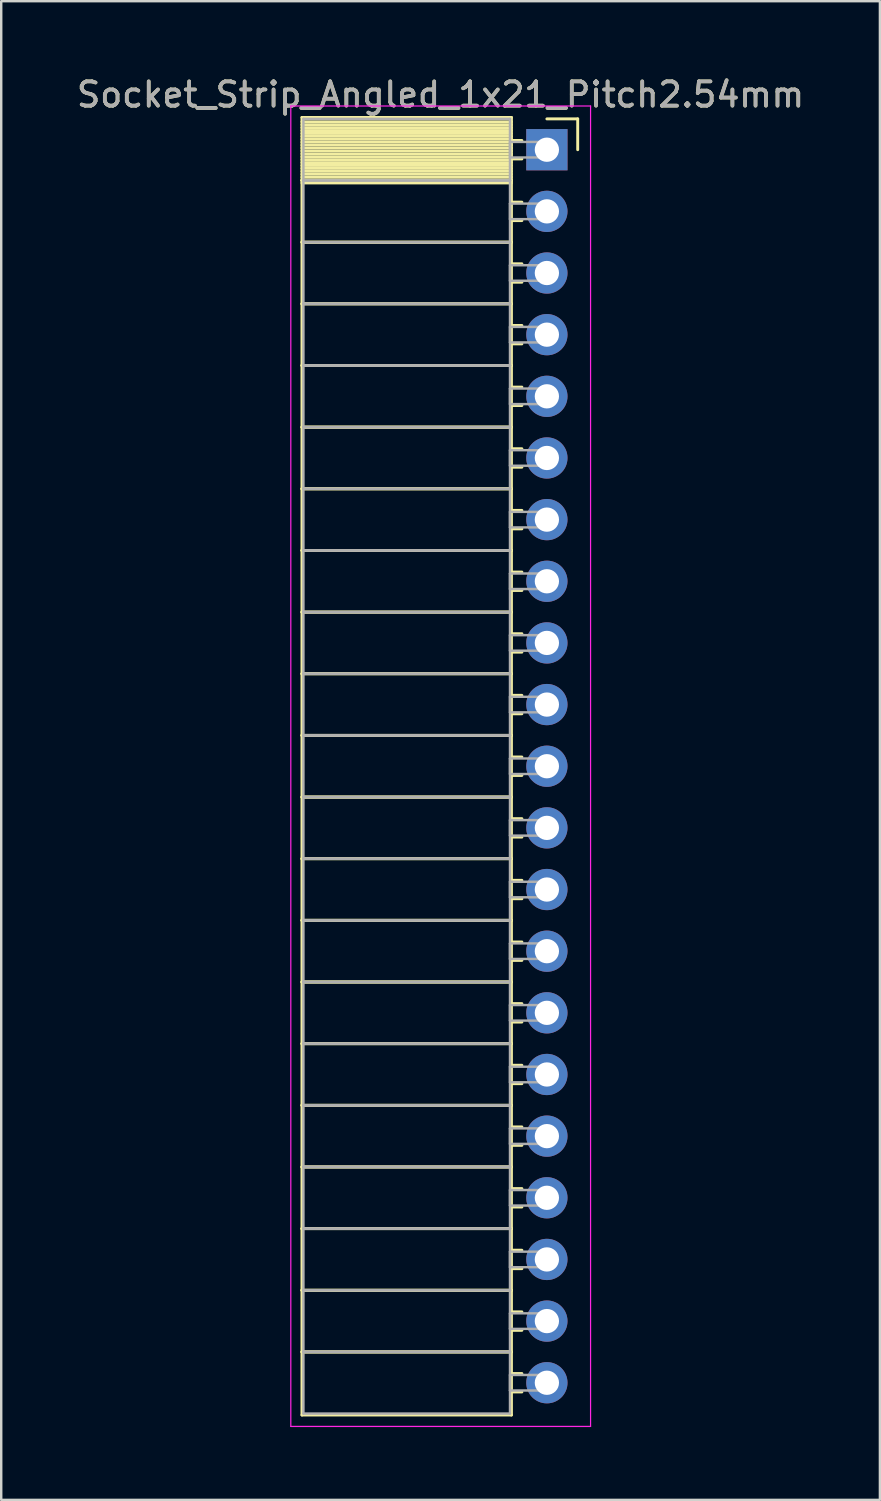
<source format=kicad_pcb>
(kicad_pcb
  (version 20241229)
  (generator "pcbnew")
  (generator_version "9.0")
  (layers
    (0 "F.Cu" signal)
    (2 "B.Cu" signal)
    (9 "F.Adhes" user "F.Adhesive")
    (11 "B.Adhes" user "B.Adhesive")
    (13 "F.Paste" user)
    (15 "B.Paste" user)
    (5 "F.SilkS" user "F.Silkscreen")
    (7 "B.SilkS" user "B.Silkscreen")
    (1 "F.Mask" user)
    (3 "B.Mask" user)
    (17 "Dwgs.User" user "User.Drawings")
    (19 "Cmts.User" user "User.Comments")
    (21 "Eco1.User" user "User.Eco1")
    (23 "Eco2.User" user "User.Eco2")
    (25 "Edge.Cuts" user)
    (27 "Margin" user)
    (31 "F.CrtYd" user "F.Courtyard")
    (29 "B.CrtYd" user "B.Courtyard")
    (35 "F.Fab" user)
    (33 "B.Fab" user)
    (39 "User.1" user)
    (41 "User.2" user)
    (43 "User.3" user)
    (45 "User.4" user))
  (footprint "Socket_Strip_Angled_1x21_Pitch2.54mm"
    (layer "F.Cu")
    (at 19.481 3.118)
    (property "Reference" "Socket_Strip_Angled_1x21_Pitch2.54mm" (at -4.38 -2.27 0) (layer "F.SilkS") (effects (font (size 1 1) (thickness 0.15))))
    (attr through_hole)
    (fp_line (start -10.09 -1.33) (end -1.46 -1.33) (stroke (width 0.12) (type solid)) (layer "F.SilkS"))
    (fp_line (start -10.09 1.27) (end -10.09 -1.33) (stroke (width 0.12) (type solid)) (layer "F.SilkS"))
    (fp_line (start -10.09 1.27) (end -1.46 1.27) (stroke (width 0.12) (type solid)) (layer "F.SilkS"))
    (fp_line (start -10.09 3.81) (end -10.09 1.27) (stroke (width 0.12) (type solid)) (layer "F.SilkS"))
    (fp_line (start -10.09 3.81) (end -1.46 3.81) (stroke (width 0.12) (type solid)) (layer "F.SilkS"))
    (fp_line (start -10.09 6.35) (end -10.09 3.81) (stroke (width 0.12) (type solid)) (layer "F.SilkS"))
    (fp_line (start -10.09 6.35) (end -1.46 6.35) (stroke (width 0.12) (type solid)) (layer "F.SilkS"))
    (fp_line (start -10.09 8.89) (end -10.09 6.35) (stroke (width 0.12) (type solid)) (layer "F.SilkS"))
    (fp_line (start -10.09 8.89) (end -1.46 8.89) (stroke (width 0.12) (type solid)) (layer "F.SilkS"))
    (fp_line (start -10.09 11.43) (end -10.09 8.89) (stroke (width 0.12) (type solid)) (layer "F.SilkS"))
    (fp_line (start -10.09 11.43) (end -1.46 11.43) (stroke (width 0.12) (type solid)) (layer "F.SilkS"))
    (fp_line (start -10.09 13.97) (end -10.09 11.43) (stroke (width 0.12) (type solid)) (layer "F.SilkS"))
    (fp_line (start -10.09 13.97) (end -1.46 13.97) (stroke (width 0.12) (type solid)) (layer "F.SilkS"))
    (fp_line (start -10.09 16.51) (end -10.09 13.97) (stroke (width 0.12) (type solid)) (layer "F.SilkS"))
    (fp_line (start -10.09 16.51) (end -1.46 16.51) (stroke (width 0.12) (type solid)) (layer "F.SilkS"))
    (fp_line (start -10.09 19.05) (end -10.09 16.51) (stroke (width 0.12) (type solid)) (layer "F.SilkS"))
    (fp_line (start -10.09 19.05) (end -1.46 19.05) (stroke (width 0.12) (type solid)) (layer "F.SilkS"))
    (fp_line (start -10.09 21.59) (end -10.09 19.05) (stroke (width 0.12) (type solid)) (layer "F.SilkS"))
    (fp_line (start -10.09 21.59) (end -1.46 21.59) (stroke (width 0.12) (type solid)) (layer "F.SilkS"))
    (fp_line (start -10.09 24.13) (end -10.09 21.59) (stroke (width 0.12) (type solid)) (layer "F.SilkS"))
    (fp_line (start -10.09 24.13) (end -1.46 24.13) (stroke (width 0.12) (type solid)) (layer "F.SilkS"))
    (fp_line (start -10.09 26.67) (end -10.09 24.13) (stroke (width 0.12) (type solid)) (layer "F.SilkS"))
    (fp_line (start -10.09 26.67) (end -1.46 26.67) (stroke (width 0.12) (type solid)) (layer "F.SilkS"))
    (fp_line (start -10.09 29.21) (end -10.09 26.67) (stroke (width 0.12) (type solid)) (layer "F.SilkS"))
    (fp_line (start -10.09 29.21) (end -1.46 29.21) (stroke (width 0.12) (type solid)) (layer "F.SilkS"))
    (fp_line (start -10.09 31.75) (end -10.09 29.21) (stroke (width 0.12) (type solid)) (layer "F.SilkS"))
    (fp_line (start -10.09 31.75) (end -1.46 31.75) (stroke (width 0.12) (type solid)) (layer "F.SilkS"))
    (fp_line (start -10.09 34.29) (end -10.09 31.75) (stroke (width 0.12) (type solid)) (layer "F.SilkS"))
    (fp_line (start -10.09 34.29) (end -1.46 34.29) (stroke (width 0.12) (type solid)) (layer "F.SilkS"))
    (fp_line (start -10.09 36.83) (end -10.09 34.29) (stroke (width 0.12) (type solid)) (layer "F.SilkS"))
    (fp_line (start -10.09 36.83) (end -1.46 36.83) (stroke (width 0.12) (type solid)) (layer "F.SilkS"))
    (fp_line (start -10.09 39.37) (end -10.09 36.83) (stroke (width 0.12) (type solid)) (layer "F.SilkS"))
    (fp_line (start -10.09 39.37) (end -1.46 39.37) (stroke (width 0.12) (type solid)) (layer "F.SilkS"))
    (fp_line (start -10.09 41.91) (end -10.09 39.37) (stroke (width 0.12) (type solid)) (layer "F.SilkS"))
    (fp_line (start -10.09 41.91) (end -1.46 41.91) (stroke (width 0.12) (type solid)) (layer "F.SilkS"))
    (fp_line (start -10.09 44.45) (end -10.09 41.91) (stroke (width 0.12) (type solid)) (layer "F.SilkS"))
    (fp_line (start -10.09 44.45) (end -1.46 44.45) (stroke (width 0.12) (type solid)) (layer "F.SilkS"))
    (fp_line (start -10.09 46.99) (end -10.09 44.45) (stroke (width 0.12) (type solid)) (layer "F.SilkS"))
    (fp_line (start -10.09 46.99) (end -1.46 46.99) (stroke (width 0.12) (type solid)) (layer "F.SilkS"))
    (fp_line (start -10.09 49.53) (end -10.09 46.99) (stroke (width 0.12) (type solid)) (layer "F.SilkS"))
    (fp_line (start -10.09 49.53) (end -1.46 49.53) (stroke (width 0.12) (type solid)) (layer "F.SilkS"))
    (fp_line (start -10.09 52.13) (end -10.09 49.53) (stroke (width 0.12) (type solid)) (layer "F.SilkS"))
    (fp_line (start -1.46 -1.33) (end -1.46 1.27) (stroke (width 0.12) (type solid)) (layer "F.SilkS"))
    (fp_line (start -1.46 -1.15) (end -10.09 -1.15) (stroke (width 0.12) (type solid)) (layer "F.SilkS"))
    (fp_line (start -1.46 -1.03) (end -10.09 -1.03) (stroke (width 0.12) (type solid)) (layer "F.SilkS"))
    (fp_line (start -1.46 -0.91) (end -10.09 -0.91) (stroke (width 0.12) (type solid)) (layer "F.SilkS"))
    (fp_line (start -1.46 -0.79) (end -10.09 -0.79) (stroke (width 0.12) (type solid)) (layer "F.SilkS"))
    (fp_line (start -1.46 -0.67) (end -10.09 -0.67) (stroke (width 0.12) (type solid)) (layer "F.SilkS"))
    (fp_line (start -1.46 -0.55) (end -10.09 -0.55) (stroke (width 0.12) (type solid)) (layer "F.SilkS"))
    (fp_line (start -1.46 -0.43) (end -10.09 -0.43) (stroke (width 0.12) (type solid)) (layer "F.SilkS"))
    (fp_line (start -1.46 -0.31) (end -10.09 -0.31) (stroke (width 0.12) (type solid)) (layer "F.SilkS"))
    (fp_line (start -1.46 -0.19) (end -10.09 -0.19) (stroke (width 0.12) (type solid)) (layer "F.SilkS"))
    (fp_line (start -1.46 -0.07) (end -10.09 -0.07) (stroke (width 0.12) (type solid)) (layer "F.SilkS"))
    (fp_line (start -1.46 0.05) (end -10.09 0.05) (stroke (width 0.12) (type solid)) (layer "F.SilkS"))
    (fp_line (start -1.46 0.17) (end -10.09 0.17) (stroke (width 0.12) (type solid)) (layer "F.SilkS"))
    (fp_line (start -1.46 0.29) (end -10.09 0.29) (stroke (width 0.12) (type solid)) (layer "F.SilkS"))
    (fp_line (start -1.46 0.41) (end -10.09 0.41) (stroke (width 0.12) (type solid)) (layer "F.SilkS"))
    (fp_line (start -1.46 0.53) (end -10.09 0.53) (stroke (width 0.12) (type solid)) (layer "F.SilkS"))
    (fp_line (start -1.46 0.65) (end -10.09 0.65) (stroke (width 0.12) (type solid)) (layer "F.SilkS"))
    (fp_line (start -1.46 0.77) (end -10.09 0.77) (stroke (width 0.12) (type solid)) (layer "F.SilkS"))
    (fp_line (start -1.46 0.89) (end -10.09 0.89) (stroke (width 0.12) (type solid)) (layer "F.SilkS"))
    (fp_line (start -1.46 1.01) (end -10.09 1.01) (stroke (width 0.12) (type solid)) (layer "F.SilkS"))
    (fp_line (start -1.46 1.13) (end -10.09 1.13) (stroke (width 0.12) (type solid)) (layer "F.SilkS"))
    (fp_line (start -1.46 1.25) (end -10.09 1.25) (stroke (width 0.12) (type solid)) (layer "F.SilkS"))
    (fp_line (start -1.46 1.27) (end -10.09 1.27) (stroke (width 0.12) (type solid)) (layer "F.SilkS"))
    (fp_line (start -1.46 1.27) (end -1.46 3.81) (stroke (width 0.12) (type solid)) (layer "F.SilkS"))
    (fp_line (start -1.46 1.37) (end -10.09 1.37) (stroke (width 0.12) (type solid)) (layer "F.SilkS"))
    (fp_line (start -1.46 3.81) (end -10.09 3.81) (stroke (width 0.12) (type solid)) (layer "F.SilkS"))
    (fp_line (start -1.46 3.81) (end -1.46 6.35) (stroke (width 0.12) (type solid)) (layer "F.SilkS"))
    (fp_line (start -1.46 6.35) (end -10.09 6.35) (stroke (width 0.12) (type solid)) (layer "F.SilkS"))
    (fp_line (start -1.46 6.35) (end -1.46 8.89) (stroke (width 0.12) (type solid)) (layer "F.SilkS"))
    (fp_line (start -1.46 8.89) (end -10.09 8.89) (stroke (width 0.12) (type solid)) (layer "F.SilkS"))
    (fp_line (start -1.46 8.89) (end -1.46 11.43) (stroke (width 0.12) (type solid)) (layer "F.SilkS"))
    (fp_line (start -1.46 11.43) (end -10.09 11.43) (stroke (width 0.12) (type solid)) (layer "F.SilkS"))
    (fp_line (start -1.46 11.43) (end -1.46 13.97) (stroke (width 0.12) (type solid)) (layer "F.SilkS"))
    (fp_line (start -1.46 13.97) (end -10.09 13.97) (stroke (width 0.12) (type solid)) (layer "F.SilkS"))
    (fp_line (start -1.46 13.97) (end -1.46 16.51) (stroke (width 0.12) (type solid)) (layer "F.SilkS"))
    (fp_line (start -1.46 16.51) (end -10.09 16.51) (stroke (width 0.12) (type solid)) (layer "F.SilkS"))
    (fp_line (start -1.46 16.51) (end -1.46 19.05) (stroke (width 0.12) (type solid)) (layer "F.SilkS"))
    (fp_line (start -1.46 19.05) (end -10.09 19.05) (stroke (width 0.12) (type solid)) (layer "F.SilkS"))
    (fp_line (start -1.46 19.05) (end -1.46 21.59) (stroke (width 0.12) (type solid)) (layer "F.SilkS"))
    (fp_line (start -1.46 21.59) (end -10.09 21.59) (stroke (width 0.12) (type solid)) (layer "F.SilkS"))
    (fp_line (start -1.46 21.59) (end -1.46 24.13) (stroke (width 0.12) (type solid)) (layer "F.SilkS"))
    (fp_line (start -1.46 24.13) (end -10.09 24.13) (stroke (width 0.12) (type solid)) (layer "F.SilkS"))
    (fp_line (start -1.46 24.13) (end -1.46 26.67) (stroke (width 0.12) (type solid)) (layer "F.SilkS"))
    (fp_line (start -1.46 26.67) (end -10.09 26.67) (stroke (width 0.12) (type solid)) (layer "F.SilkS"))
    (fp_line (start -1.46 26.67) (end -1.46 29.21) (stroke (width 0.12) (type solid)) (layer "F.SilkS"))
    (fp_line (start -1.46 29.21) (end -10.09 29.21) (stroke (width 0.12) (type solid)) (layer "F.SilkS"))
    (fp_line (start -1.46 29.21) (end -1.46 31.75) (stroke (width 0.12) (type solid)) (layer "F.SilkS"))
    (fp_line (start -1.46 31.75) (end -10.09 31.75) (stroke (width 0.12) (type solid)) (layer "F.SilkS"))
    (fp_line (start -1.46 31.75) (end -1.46 34.29) (stroke (width 0.12) (type solid)) (layer "F.SilkS"))
    (fp_line (start -1.46 34.29) (end -10.09 34.29) (stroke (width 0.12) (type solid)) (layer "F.SilkS"))
    (fp_line (start -1.46 34.29) (end -1.46 36.83) (stroke (width 0.12) (type solid)) (layer "F.SilkS"))
    (fp_line (start -1.46 36.83) (end -10.09 36.83) (stroke (width 0.12) (type solid)) (layer "F.SilkS"))
    (fp_line (start -1.46 36.83) (end -1.46 39.37) (stroke (width 0.12) (type solid)) (layer "F.SilkS"))
    (fp_line (start -1.46 39.37) (end -10.09 39.37) (stroke (width 0.12) (type solid)) (layer "F.SilkS"))
    (fp_line (start -1.46 39.37) (end -1.46 41.91) (stroke (width 0.12) (type solid)) (layer "F.SilkS"))
    (fp_line (start -1.46 41.91) (end -10.09 41.91) (stroke (width 0.12) (type solid)) (layer "F.SilkS"))
    (fp_line (start -1.46 41.91) (end -1.46 44.45) (stroke (width 0.12) (type solid)) (layer "F.SilkS"))
    (fp_line (start -1.46 44.45) (end -10.09 44.45) (stroke (width 0.12) (type solid)) (layer "F.SilkS"))
    (fp_line (start -1.46 44.45) (end -1.46 46.99) (stroke (width 0.12) (type solid)) (layer "F.SilkS"))
    (fp_line (start -1.46 46.99) (end -10.09 46.99) (stroke (width 0.12) (type solid)) (layer "F.SilkS"))
    (fp_line (start -1.46 46.99) (end -1.46 49.53) (stroke (width 0.12) (type solid)) (layer "F.SilkS"))
    (fp_line (start -1.46 49.53) (end -10.09 49.53) (stroke (width 0.12) (type solid)) (layer "F.SilkS"))
    (fp_line (start -1.46 49.53) (end -1.46 52.13) (stroke (width 0.12) (type solid)) (layer "F.SilkS"))
    (fp_line (start -1.46 52.13) (end -10.09 52.13) (stroke (width 0.12) (type solid)) (layer "F.SilkS"))
    (fp_line (start -1.03 -0.38) (end -1.46 -0.38) (stroke (width 0.12) (type solid)) (layer "F.SilkS"))
    (fp_line (start -1.03 0.38) (end -1.46 0.38) (stroke (width 0.12) (type solid)) (layer "F.SilkS"))
    (fp_line (start -1.03 2.16) (end -1.46 2.16) (stroke (width 0.12) (type solid)) (layer "F.SilkS"))
    (fp_line (start -1.03 2.92) (end -1.46 2.92) (stroke (width 0.12) (type solid)) (layer "F.SilkS"))
    (fp_line (start -1.03 4.7) (end -1.46 4.7) (stroke (width 0.12) (type solid)) (layer "F.SilkS"))
    (fp_line (start -1.03 5.46) (end -1.46 5.46) (stroke (width 0.12) (type solid)) (layer "F.SilkS"))
    (fp_line (start -1.03 7.24) (end -1.46 7.24) (stroke (width 0.12) (type solid)) (layer "F.SilkS"))
    (fp_line (start -1.03 8) (end -1.46 8) (stroke (width 0.12) (type solid)) (layer "F.SilkS"))
    (fp_line (start -1.03 9.78) (end -1.46 9.78) (stroke (width 0.12) (type solid)) (layer "F.SilkS"))
    (fp_line (start -1.03 10.54) (end -1.46 10.54) (stroke (width 0.12) (type solid)) (layer "F.SilkS"))
    (fp_line (start -1.03 12.32) (end -1.46 12.32) (stroke (width 0.12) (type solid)) (layer "F.SilkS"))
    (fp_line (start -1.03 13.08) (end -1.46 13.08) (stroke (width 0.12) (type solid)) (layer "F.SilkS"))
    (fp_line (start -1.03 14.86) (end -1.46 14.86) (stroke (width 0.12) (type solid)) (layer "F.SilkS"))
    (fp_line (start -1.03 15.62) (end -1.46 15.62) (stroke (width 0.12) (type solid)) (layer "F.SilkS"))
    (fp_line (start -1.03 17.4) (end -1.46 17.4) (stroke (width 0.12) (type solid)) (layer "F.SilkS"))
    (fp_line (start -1.03 18.16) (end -1.46 18.16) (stroke (width 0.12) (type solid)) (layer "F.SilkS"))
    (fp_line (start -1.03 19.94) (end -1.46 19.94) (stroke (width 0.12) (type solid)) (layer "F.SilkS"))
    (fp_line (start -1.03 20.7) (end -1.46 20.7) (stroke (width 0.12) (type solid)) (layer "F.SilkS"))
    (fp_line (start -1.03 22.48) (end -1.46 22.48) (stroke (width 0.12) (type solid)) (layer "F.SilkS"))
    (fp_line (start -1.03 23.24) (end -1.46 23.24) (stroke (width 0.12) (type solid)) (layer "F.SilkS"))
    (fp_line (start -1.03 25.02) (end -1.46 25.02) (stroke (width 0.12) (type solid)) (layer "F.SilkS"))
    (fp_line (start -1.03 25.78) (end -1.46 25.78) (stroke (width 0.12) (type solid)) (layer "F.SilkS"))
    (fp_line (start -1.03 27.56) (end -1.46 27.56) (stroke (width 0.12) (type solid)) (layer "F.SilkS"))
    (fp_line (start -1.03 28.32) (end -1.46 28.32) (stroke (width 0.12) (type solid)) (layer "F.SilkS"))
    (fp_line (start -1.03 30.1) (end -1.46 30.1) (stroke (width 0.12) (type solid)) (layer "F.SilkS"))
    (fp_line (start -1.03 30.86) (end -1.46 30.86) (stroke (width 0.12) (type solid)) (layer "F.SilkS"))
    (fp_line (start -1.03 32.64) (end -1.46 32.64) (stroke (width 0.12) (type solid)) (layer "F.SilkS"))
    (fp_line (start -1.03 33.4) (end -1.46 33.4) (stroke (width 0.12) (type solid)) (layer "F.SilkS"))
    (fp_line (start -1.03 35.18) (end -1.46 35.18) (stroke (width 0.12) (type solid)) (layer "F.SilkS"))
    (fp_line (start -1.03 35.94) (end -1.46 35.94) (stroke (width 0.12) (type solid)) (layer "F.SilkS"))
    (fp_line (start -1.03 37.72) (end -1.46 37.72) (stroke (width 0.12) (type solid)) (layer "F.SilkS"))
    (fp_line (start -1.03 38.48) (end -1.46 38.48) (stroke (width 0.12) (type solid)) (layer "F.SilkS"))
    (fp_line (start -1.03 40.26) (end -1.46 40.26) (stroke (width 0.12) (type solid)) (layer "F.SilkS"))
    (fp_line (start -1.03 41.02) (end -1.46 41.02) (stroke (width 0.12) (type solid)) (layer "F.SilkS"))
    (fp_line (start -1.03 42.8) (end -1.46 42.8) (stroke (width 0.12) (type solid)) (layer "F.SilkS"))
    (fp_line (start -1.03 43.56) (end -1.46 43.56) (stroke (width 0.12) (type solid)) (layer "F.SilkS"))
    (fp_line (start -1.03 45.34) (end -1.46 45.34) (stroke (width 0.12) (type solid)) (layer "F.SilkS"))
    (fp_line (start -1.03 46.1) (end -1.46 46.1) (stroke (width 0.12) (type solid)) (layer "F.SilkS"))
    (fp_line (start -1.03 47.88) (end -1.46 47.88) (stroke (width 0.12) (type solid)) (layer "F.SilkS"))
    (fp_line (start -1.03 48.64) (end -1.46 48.64) (stroke (width 0.12) (type solid)) (layer "F.SilkS"))
    (fp_line (start -1.03 50.42) (end -1.46 50.42) (stroke (width 0.12) (type solid)) (layer "F.SilkS"))
    (fp_line (start -1.03 51.18) (end -1.46 51.18) (stroke (width 0.12) (type solid)) (layer "F.SilkS"))
    (fp_line (start 0 -1.27) (end 1.27 -1.27) (stroke (width 0.12) (type solid)) (layer "F.SilkS"))
    (fp_line (start 1.27 -1.27) (end 1.27 0) (stroke (width 0.12) (type solid)) (layer "F.SilkS"))
    (fp_line (start -10.55 -1.8) (end 1.8 -1.8) (stroke (width 0.05) (type solid)) (layer "F.CrtYd"))
    (fp_line (start -10.55 52.6) (end -10.55 -1.8) (stroke (width 0.05) (type solid)) (layer "F.CrtYd"))
    (fp_line (start 1.8 -1.8) (end 1.8 52.6) (stroke (width 0.05) (type solid)) (layer "F.CrtYd"))
    (fp_line (start 1.8 52.6) (end -10.55 52.6) (stroke (width 0.05) (type solid)) (layer "F.CrtYd"))
    (fp_line (start -10.03 -1.27) (end -1.52 -1.27) (stroke (width 0.1) (type solid)) (layer "F.Fab"))
    (fp_line (start -10.03 1.27) (end -10.03 -1.27) (stroke (width 0.1) (type solid)) (layer "F.Fab"))
    (fp_line (start -10.03 1.27) (end -1.52 1.27) (stroke (width 0.1) (type solid)) (layer "F.Fab"))
    (fp_line (start -10.03 3.81) (end -10.03 1.27) (stroke (width 0.1) (type solid)) (layer "F.Fab"))
    (fp_line (start -10.03 3.81) (end -1.52 3.81) (stroke (width 0.1) (type solid)) (layer "F.Fab"))
    (fp_line (start -10.03 6.35) (end -10.03 3.81) (stroke (width 0.1) (type solid)) (layer "F.Fab"))
    (fp_line (start -10.03 6.35) (end -1.52 6.35) (stroke (width 0.1) (type solid)) (layer "F.Fab"))
    (fp_line (start -10.03 8.89) (end -10.03 6.35) (stroke (width 0.1) (type solid)) (layer "F.Fab"))
    (fp_line (start -10.03 8.89) (end -1.52 8.89) (stroke (width 0.1) (type solid)) (layer "F.Fab"))
    (fp_line (start -10.03 11.43) (end -10.03 8.89) (stroke (width 0.1) (type solid)) (layer "F.Fab"))
    (fp_line (start -10.03 11.43) (end -1.52 11.43) (stroke (width 0.1) (type solid)) (layer "F.Fab"))
    (fp_line (start -10.03 13.97) (end -10.03 11.43) (stroke (width 0.1) (type solid)) (layer "F.Fab"))
    (fp_line (start -10.03 13.97) (end -1.52 13.97) (stroke (width 0.1) (type solid)) (layer "F.Fab"))
    (fp_line (start -10.03 16.51) (end -10.03 13.97) (stroke (width 0.1) (type solid)) (layer "F.Fab"))
    (fp_line (start -10.03 16.51) (end -1.52 16.51) (stroke (width 0.1) (type solid)) (layer "F.Fab"))
    (fp_line (start -10.03 19.05) (end -10.03 16.51) (stroke (width 0.1) (type solid)) (layer "F.Fab"))
    (fp_line (start -10.03 19.05) (end -1.52 19.05) (stroke (width 0.1) (type solid)) (layer "F.Fab"))
    (fp_line (start -10.03 21.59) (end -10.03 19.05) (stroke (width 0.1) (type solid)) (layer "F.Fab"))
    (fp_line (start -10.03 21.59) (end -1.52 21.59) (stroke (width 0.1) (type solid)) (layer "F.Fab"))
    (fp_line (start -10.03 24.13) (end -10.03 21.59) (stroke (width 0.1) (type solid)) (layer "F.Fab"))
    (fp_line (start -10.03 24.13) (end -1.52 24.13) (stroke (width 0.1) (type solid)) (layer "F.Fab"))
    (fp_line (start -10.03 26.67) (end -10.03 24.13) (stroke (width 0.1) (type solid)) (layer "F.Fab"))
    (fp_line (start -10.03 26.67) (end -1.52 26.67) (stroke (width 0.1) (type solid)) (layer "F.Fab"))
    (fp_line (start -10.03 29.21) (end -10.03 26.67) (stroke (width 0.1) (type solid)) (layer "F.Fab"))
    (fp_line (start -10.03 29.21) (end -1.52 29.21) (stroke (width 0.1) (type solid)) (layer "F.Fab"))
    (fp_line (start -10.03 31.75) (end -10.03 29.21) (stroke (width 0.1) (type solid)) (layer "F.Fab"))
    (fp_line (start -10.03 31.75) (end -1.52 31.75) (stroke (width 0.1) (type solid)) (layer "F.Fab"))
    (fp_line (start -10.03 34.29) (end -10.03 31.75) (stroke (width 0.1) (type solid)) (layer "F.Fab"))
    (fp_line (start -10.03 34.29) (end -1.52 34.29) (stroke (width 0.1) (type solid)) (layer "F.Fab"))
    (fp_line (start -10.03 36.83) (end -10.03 34.29) (stroke (width 0.1) (type solid)) (layer "F.Fab"))
    (fp_line (start -10.03 36.83) (end -1.52 36.83) (stroke (width 0.1) (type solid)) (layer "F.Fab"))
    (fp_line (start -10.03 39.37) (end -10.03 36.83) (stroke (width 0.1) (type solid)) (layer "F.Fab"))
    (fp_line (start -10.03 39.37) (end -1.52 39.37) (stroke (width 0.1) (type solid)) (layer "F.Fab"))
    (fp_line (start -10.03 41.91) (end -10.03 39.37) (stroke (width 0.1) (type solid)) (layer "F.Fab"))
    (fp_line (start -10.03 41.91) (end -1.52 41.91) (stroke (width 0.1) (type solid)) (layer "F.Fab"))
    (fp_line (start -10.03 44.45) (end -10.03 41.91) (stroke (width 0.1) (type solid)) (layer "F.Fab"))
    (fp_line (start -10.03 44.45) (end -1.52 44.45) (stroke (width 0.1) (type solid)) (layer "F.Fab"))
    (fp_line (start -10.03 46.99) (end -10.03 44.45) (stroke (width 0.1) (type solid)) (layer "F.Fab"))
    (fp_line (start -10.03 46.99) (end -1.52 46.99) (stroke (width 0.1) (type solid)) (layer "F.Fab"))
    (fp_line (start -10.03 49.53) (end -10.03 46.99) (stroke (width 0.1) (type solid)) (layer "F.Fab"))
    (fp_line (start -10.03 49.53) (end -1.52 49.53) (stroke (width 0.1) (type solid)) (layer "F.Fab"))
    (fp_line (start -10.03 52.07) (end -10.03 49.53) (stroke (width 0.1) (type solid)) (layer "F.Fab"))
    (fp_line (start -1.52 -1.27) (end -1.52 1.27) (stroke (width 0.1) (type solid)) (layer "F.Fab"))
    (fp_line (start -1.52 -0.32) (end 0 -0.32) (stroke (width 0.1) (type solid)) (layer "F.Fab"))
    (fp_line (start -1.52 0.32) (end -1.52 -0.32) (stroke (width 0.1) (type solid)) (layer "F.Fab"))
    (fp_line (start -1.52 1.27) (end -10.03 1.27) (stroke (width 0.1) (type solid)) (layer "F.Fab"))
    (fp_line (start -1.52 1.27) (end -1.52 3.81) (stroke (width 0.1) (type solid)) (layer "F.Fab"))
    (fp_line (start -1.52 2.22) (end 0 2.22) (stroke (width 0.1) (type solid)) (layer "F.Fab"))
    (fp_line (start -1.52 2.86) (end -1.52 2.22) (stroke (width 0.1) (type solid)) (layer "F.Fab"))
    (fp_line (start -1.52 3.81) (end -10.03 3.81) (stroke (width 0.1) (type solid)) (layer "F.Fab"))
    (fp_line (start -1.52 3.81) (end -1.52 6.35) (stroke (width 0.1) (type solid)) (layer "F.Fab"))
    (fp_line (start -1.52 4.76) (end 0 4.76) (stroke (width 0.1) (type solid)) (layer "F.Fab"))
    (fp_line (start -1.52 5.4) (end -1.52 4.76) (stroke (width 0.1) (type solid)) (layer "F.Fab"))
    (fp_line (start -1.52 6.35) (end -10.03 6.35) (stroke (width 0.1) (type solid)) (layer "F.Fab"))
    (fp_line (start -1.52 6.35) (end -1.52 8.89) (stroke (width 0.1) (type solid)) (layer "F.Fab"))
    (fp_line (start -1.52 7.3) (end 0 7.3) (stroke (width 0.1) (type solid)) (layer "F.Fab"))
    (fp_line (start -1.52 7.94) (end -1.52 7.3) (stroke (width 0.1) (type solid)) (layer "F.Fab"))
    (fp_line (start -1.52 8.89) (end -10.03 8.89) (stroke (width 0.1) (type solid)) (layer "F.Fab"))
    (fp_line (start -1.52 8.89) (end -1.52 11.43) (stroke (width 0.1) (type solid)) (layer "F.Fab"))
    (fp_line (start -1.52 9.84) (end 0 9.84) (stroke (width 0.1) (type solid)) (layer "F.Fab"))
    (fp_line (start -1.52 10.48) (end -1.52 9.84) (stroke (width 0.1) (type solid)) (layer "F.Fab"))
    (fp_line (start -1.52 11.43) (end -10.03 11.43) (stroke (width 0.1) (type solid)) (layer "F.Fab"))
    (fp_line (start -1.52 11.43) (end -1.52 13.97) (stroke (width 0.1) (type solid)) (layer "F.Fab"))
    (fp_line (start -1.52 12.38) (end 0 12.38) (stroke (width 0.1) (type solid)) (layer "F.Fab"))
    (fp_line (start -1.52 13.02) (end -1.52 12.38) (stroke (width 0.1) (type solid)) (layer "F.Fab"))
    (fp_line (start -1.52 13.97) (end -10.03 13.97) (stroke (width 0.1) (type solid)) (layer "F.Fab"))
    (fp_line (start -1.52 13.97) (end -1.52 16.51) (stroke (width 0.1) (type solid)) (layer "F.Fab"))
    (fp_line (start -1.52 14.92) (end 0 14.92) (stroke (width 0.1) (type solid)) (layer "F.Fab"))
    (fp_line (start -1.52 15.56) (end -1.52 14.92) (stroke (width 0.1) (type solid)) (layer "F.Fab"))
    (fp_line (start -1.52 16.51) (end -10.03 16.51) (stroke (width 0.1) (type solid)) (layer "F.Fab"))
    (fp_line (start -1.52 16.51) (end -1.52 19.05) (stroke (width 0.1) (type solid)) (layer "F.Fab"))
    (fp_line (start -1.52 17.46) (end 0 17.46) (stroke (width 0.1) (type solid)) (layer "F.Fab"))
    (fp_line (start -1.52 18.1) (end -1.52 17.46) (stroke (width 0.1) (type solid)) (layer "F.Fab"))
    (fp_line (start -1.52 19.05) (end -10.03 19.05) (stroke (width 0.1) (type solid)) (layer "F.Fab"))
    (fp_line (start -1.52 19.05) (end -1.52 21.59) (stroke (width 0.1) (type solid)) (layer "F.Fab"))
    (fp_line (start -1.52 20) (end 0 20) (stroke (width 0.1) (type solid)) (layer "F.Fab"))
    (fp_line (start -1.52 20.64) (end -1.52 20) (stroke (width 0.1) (type solid)) (layer "F.Fab"))
    (fp_line (start -1.52 21.59) (end -10.03 21.59) (stroke (width 0.1) (type solid)) (layer "F.Fab"))
    (fp_line (start -1.52 21.59) (end -1.52 24.13) (stroke (width 0.1) (type solid)) (layer "F.Fab"))
    (fp_line (start -1.52 22.54) (end 0 22.54) (stroke (width 0.1) (type solid)) (layer "F.Fab"))
    (fp_line (start -1.52 23.18) (end -1.52 22.54) (stroke (width 0.1) (type solid)) (layer "F.Fab"))
    (fp_line (start -1.52 24.13) (end -10.03 24.13) (stroke (width 0.1) (type solid)) (layer "F.Fab"))
    (fp_line (start -1.52 24.13) (end -1.52 26.67) (stroke (width 0.1) (type solid)) (layer "F.Fab"))
    (fp_line (start -1.52 25.08) (end 0 25.08) (stroke (width 0.1) (type solid)) (layer "F.Fab"))
    (fp_line (start -1.52 25.72) (end -1.52 25.08) (stroke (width 0.1) (type solid)) (layer "F.Fab"))
    (fp_line (start -1.52 26.67) (end -10.03 26.67) (stroke (width 0.1) (type solid)) (layer "F.Fab"))
    (fp_line (start -1.52 26.67) (end -1.52 29.21) (stroke (width 0.1) (type solid)) (layer "F.Fab"))
    (fp_line (start -1.52 27.62) (end 0 27.62) (stroke (width 0.1) (type solid)) (layer "F.Fab"))
    (fp_line (start -1.52 28.26) (end -1.52 27.62) (stroke (width 0.1) (type solid)) (layer "F.Fab"))
    (fp_line (start -1.52 29.21) (end -10.03 29.21) (stroke (width 0.1) (type solid)) (layer "F.Fab"))
    (fp_line (start -1.52 29.21) (end -1.52 31.75) (stroke (width 0.1) (type solid)) (layer "F.Fab"))
    (fp_line (start -1.52 30.16) (end 0 30.16) (stroke (width 0.1) (type solid)) (layer "F.Fab"))
    (fp_line (start -1.52 30.8) (end -1.52 30.16) (stroke (width 0.1) (type solid)) (layer "F.Fab"))
    (fp_line (start -1.52 31.75) (end -10.03 31.75) (stroke (width 0.1) (type solid)) (layer "F.Fab"))
    (fp_line (start -1.52 31.75) (end -1.52 34.29) (stroke (width 0.1) (type solid)) (layer "F.Fab"))
    (fp_line (start -1.52 32.7) (end 0 32.7) (stroke (width 0.1) (type solid)) (layer "F.Fab"))
    (fp_line (start -1.52 33.34) (end -1.52 32.7) (stroke (width 0.1) (type solid)) (layer "F.Fab"))
    (fp_line (start -1.52 34.29) (end -10.03 34.29) (stroke (width 0.1) (type solid)) (layer "F.Fab"))
    (fp_line (start -1.52 34.29) (end -1.52 36.83) (stroke (width 0.1) (type solid)) (layer "F.Fab"))
    (fp_line (start -1.52 35.24) (end 0 35.24) (stroke (width 0.1) (type solid)) (layer "F.Fab"))
    (fp_line (start -1.52 35.88) (end -1.52 35.24) (stroke (width 0.1) (type solid)) (layer "F.Fab"))
    (fp_line (start -1.52 36.83) (end -10.03 36.83) (stroke (width 0.1) (type solid)) (layer "F.Fab"))
    (fp_line (start -1.52 36.83) (end -1.52 39.37) (stroke (width 0.1) (type solid)) (layer "F.Fab"))
    (fp_line (start -1.52 37.78) (end 0 37.78) (stroke (width 0.1) (type solid)) (layer "F.Fab"))
    (fp_line (start -1.52 38.42) (end -1.52 37.78) (stroke (width 0.1) (type solid)) (layer "F.Fab"))
    (fp_line (start -1.52 39.37) (end -10.03 39.37) (stroke (width 0.1) (type solid)) (layer "F.Fab"))
    (fp_line (start -1.52 39.37) (end -1.52 41.91) (stroke (width 0.1) (type solid)) (layer "F.Fab"))
    (fp_line (start -1.52 40.32) (end 0 40.32) (stroke (width 0.1) (type solid)) (layer "F.Fab"))
    (fp_line (start -1.52 40.96) (end -1.52 40.32) (stroke (width 0.1) (type solid)) (layer "F.Fab"))
    (fp_line (start -1.52 41.91) (end -10.03 41.91) (stroke (width 0.1) (type solid)) (layer "F.Fab"))
    (fp_line (start -1.52 41.91) (end -1.52 44.45) (stroke (width 0.1) (type solid)) (layer "F.Fab"))
    (fp_line (start -1.52 42.86) (end 0 42.86) (stroke (width 0.1) (type solid)) (layer "F.Fab"))
    (fp_line (start -1.52 43.5) (end -1.52 42.86) (stroke (width 0.1) (type solid)) (layer "F.Fab"))
    (fp_line (start -1.52 44.45) (end -10.03 44.45) (stroke (width 0.1) (type solid)) (layer "F.Fab"))
    (fp_line (start -1.52 44.45) (end -1.52 46.99) (stroke (width 0.1) (type solid)) (layer "F.Fab"))
    (fp_line (start -1.52 45.4) (end 0 45.4) (stroke (width 0.1) (type solid)) (layer "F.Fab"))
    (fp_line (start -1.52 46.04) (end -1.52 45.4) (stroke (width 0.1) (type solid)) (layer "F.Fab"))
    (fp_line (start -1.52 46.99) (end -10.03 46.99) (stroke (width 0.1) (type solid)) (layer "F.Fab"))
    (fp_line (start -1.52 46.99) (end -1.52 49.53) (stroke (width 0.1) (type solid)) (layer "F.Fab"))
    (fp_line (start -1.52 47.94) (end 0 47.94) (stroke (width 0.1) (type solid)) (layer "F.Fab"))
    (fp_line (start -1.52 48.58) (end -1.52 47.94) (stroke (width 0.1) (type solid)) (layer "F.Fab"))
    (fp_line (start -1.52 49.53) (end -10.03 49.53) (stroke (width 0.1) (type solid)) (layer "F.Fab"))
    (fp_line (start -1.52 49.53) (end -1.52 52.07) (stroke (width 0.1) (type solid)) (layer "F.Fab"))
    (fp_line (start -1.52 50.48) (end 0 50.48) (stroke (width 0.1) (type solid)) (layer "F.Fab"))
    (fp_line (start -1.52 51.12) (end -1.52 50.48) (stroke (width 0.1) (type solid)) (layer "F.Fab"))
    (fp_line (start -1.52 52.07) (end -10.03 52.07) (stroke (width 0.1) (type solid)) (layer "F.Fab"))
    (fp_line (start 0 -0.32) (end 0 0.32) (stroke (width 0.1) (type solid)) (layer "F.Fab"))
    (fp_line (start 0 0.32) (end -1.52 0.32) (stroke (width 0.1) (type solid)) (layer "F.Fab"))
    (fp_line (start 0 2.22) (end 0 2.86) (stroke (width 0.1) (type solid)) (layer "F.Fab"))
    (fp_line (start 0 2.86) (end -1.52 2.86) (stroke (width 0.1) (type solid)) (layer "F.Fab"))
    (fp_line (start 0 4.76) (end 0 5.4) (stroke (width 0.1) (type solid)) (layer "F.Fab"))
    (fp_line (start 0 5.4) (end -1.52 5.4) (stroke (width 0.1) (type solid)) (layer "F.Fab"))
    (fp_line (start 0 7.3) (end 0 7.94) (stroke (width 0.1) (type solid)) (layer "F.Fab"))
    (fp_line (start 0 7.94) (end -1.52 7.94) (stroke (width 0.1) (type solid)) (layer "F.Fab"))
    (fp_line (start 0 9.84) (end 0 10.48) (stroke (width 0.1) (type solid)) (layer "F.Fab"))
    (fp_line (start 0 10.48) (end -1.52 10.48) (stroke (width 0.1) (type solid)) (layer "F.Fab"))
    (fp_line (start 0 12.38) (end 0 13.02) (stroke (width 0.1) (type solid)) (layer "F.Fab"))
    (fp_line (start 0 13.02) (end -1.52 13.02) (stroke (width 0.1) (type solid)) (layer "F.Fab"))
    (fp_line (start 0 14.92) (end 0 15.56) (stroke (width 0.1) (type solid)) (layer "F.Fab"))
    (fp_line (start 0 15.56) (end -1.52 15.56) (stroke (width 0.1) (type solid)) (layer "F.Fab"))
    (fp_line (start 0 17.46) (end 0 18.1) (stroke (width 0.1) (type solid)) (layer "F.Fab"))
    (fp_line (start 0 18.1) (end -1.52 18.1) (stroke (width 0.1) (type solid)) (layer "F.Fab"))
    (fp_line (start 0 20) (end 0 20.64) (stroke (width 0.1) (type solid)) (layer "F.Fab"))
    (fp_line (start 0 20.64) (end -1.52 20.64) (stroke (width 0.1) (type solid)) (layer "F.Fab"))
    (fp_line (start 0 22.54) (end 0 23.18) (stroke (width 0.1) (type solid)) (layer "F.Fab"))
    (fp_line (start 0 23.18) (end -1.52 23.18) (stroke (width 0.1) (type solid)) (layer "F.Fab"))
    (fp_line (start 0 25.08) (end 0 25.72) (stroke (width 0.1) (type solid)) (layer "F.Fab"))
    (fp_line (start 0 25.72) (end -1.52 25.72) (stroke (width 0.1) (type solid)) (layer "F.Fab"))
    (fp_line (start 0 27.62) (end 0 28.26) (stroke (width 0.1) (type solid)) (layer "F.Fab"))
    (fp_line (start 0 28.26) (end -1.52 28.26) (stroke (width 0.1) (type solid)) (layer "F.Fab"))
    (fp_line (start 0 30.16) (end 0 30.8) (stroke (width 0.1) (type solid)) (layer "F.Fab"))
    (fp_line (start 0 30.8) (end -1.52 30.8) (stroke (width 0.1) (type solid)) (layer "F.Fab"))
    (fp_line (start 0 32.7) (end 0 33.34) (stroke (width 0.1) (type solid)) (layer "F.Fab"))
    (fp_line (start 0 33.34) (end -1.52 33.34) (stroke (width 0.1) (type solid)) (layer "F.Fab"))
    (fp_line (start 0 35.24) (end 0 35.88) (stroke (width 0.1) (type solid)) (layer "F.Fab"))
    (fp_line (start 0 35.88) (end -1.52 35.88) (stroke (width 0.1) (type solid)) (layer "F.Fab"))
    (fp_line (start 0 37.78) (end 0 38.42) (stroke (width 0.1) (type solid)) (layer "F.Fab"))
    (fp_line (start 0 38.42) (end -1.52 38.42) (stroke (width 0.1) (type solid)) (layer "F.Fab"))
    (fp_line (start 0 40.32) (end 0 40.96) (stroke (width 0.1) (type solid)) (layer "F.Fab"))
    (fp_line (start 0 40.96) (end -1.52 40.96) (stroke (width 0.1) (type solid)) (layer "F.Fab"))
    (fp_line (start 0 42.86) (end 0 43.5) (stroke (width 0.1) (type solid)) (layer "F.Fab"))
    (fp_line (start 0 43.5) (end -1.52 43.5) (stroke (width 0.1) (type solid)) (layer "F.Fab"))
    (fp_line (start 0 45.4) (end 0 46.04) (stroke (width 0.1) (type solid)) (layer "F.Fab"))
    (fp_line (start 0 46.04) (end -1.52 46.04) (stroke (width 0.1) (type solid)) (layer "F.Fab"))
    (fp_line (start 0 47.94) (end 0 48.58) (stroke (width 0.1) (type solid)) (layer "F.Fab"))
    (fp_line (start 0 48.58) (end -1.52 48.58) (stroke (width 0.1) (type solid)) (layer "F.Fab"))
    (fp_line (start 0 50.48) (end 0 51.12) (stroke (width 0.1) (type solid)) (layer "F.Fab"))
    (fp_line (start 0 51.12) (end -1.52 51.12) (stroke (width 0.1) (type solid)) (layer "F.Fab"))
    (fp_text user "${REFERENCE}" (at -4.38 -2.27 0) (layer "F.Fab") (effects (font (size 1 1) (thickness 0.15))))
    (pad "1" thru_hole rect (at 0 0) (size 1.7 1.7) (drill 1) (layers "*.Cu" "*.Mask"))
    (pad "2" thru_hole oval (at 0 2.54) (size 1.7 1.7) (drill 1) (layers "*.Cu" "*.Mask"))
    (pad "3" thru_hole oval (at 0 5.08) (size 1.7 1.7) (drill 1) (layers "*.Cu" "*.Mask"))
    (pad "4" thru_hole oval (at 0 7.62) (size 1.7 1.7) (drill 1) (layers "*.Cu" "*.Mask"))
    (pad "5" thru_hole oval (at 0 10.16) (size 1.7 1.7) (drill 1) (layers "*.Cu" "*.Mask"))
    (pad "6" thru_hole oval (at 0 12.7) (size 1.7 1.7) (drill 1) (layers "*.Cu" "*.Mask"))
    (pad "7" thru_hole oval (at 0 15.24) (size 1.7 1.7) (drill 1) (layers "*.Cu" "*.Mask"))
    (pad "8" thru_hole oval (at 0 17.78) (size 1.7 1.7) (drill 1) (layers "*.Cu" "*.Mask"))
    (pad "9" thru_hole oval (at 0 20.32) (size 1.7 1.7) (drill 1) (layers "*.Cu" "*.Mask"))
    (pad "10" thru_hole oval (at 0 22.86) (size 1.7 1.7) (drill 1) (layers "*.Cu" "*.Mask"))
    (pad "11" thru_hole oval (at 0 25.4) (size 1.7 1.7) (drill 1) (layers "*.Cu" "*.Mask"))
    (pad "12" thru_hole oval (at 0 27.94) (size 1.7 1.7) (drill 1) (layers "*.Cu" "*.Mask"))
    (pad "13" thru_hole oval (at 0 30.48) (size 1.7 1.7) (drill 1) (layers "*.Cu" "*.Mask"))
    (pad "14" thru_hole oval (at 0 33.02) (size 1.7 1.7) (drill 1) (layers "*.Cu" "*.Mask"))
    (pad "15" thru_hole oval (at 0 35.56) (size 1.7 1.7) (drill 1) (layers "*.Cu" "*.Mask"))
    (pad "16" thru_hole oval (at 0 38.1) (size 1.7 1.7) (drill 1) (layers "*.Cu" "*.Mask"))
    (pad "17" thru_hole oval (at 0 40.64) (size 1.7 1.7) (drill 1) (layers "*.Cu" "*.Mask"))
    (pad "18" thru_hole oval (at 0 43.18) (size 1.7 1.7) (drill 1) (layers "*.Cu" "*.Mask"))
    (pad "19" thru_hole oval (at 0 45.72) (size 1.7 1.7) (drill 1) (layers "*.Cu" "*.Mask"))
    (pad "20" thru_hole oval (at 0 48.26) (size 1.7 1.7) (drill 1) (layers "*.Cu" "*.Mask"))
    (pad "21" thru_hole oval (at 0 50.8) (size 1.7 1.7) (drill 1) (layers "*.Cu" "*.Mask")))
  (gr_rect
    (start -3 -3)
    (end 33.202 58.743)
    (stroke (width 0.1) (type default))
    (fill no)
    (layer "Edge.Cuts")))
</source>
